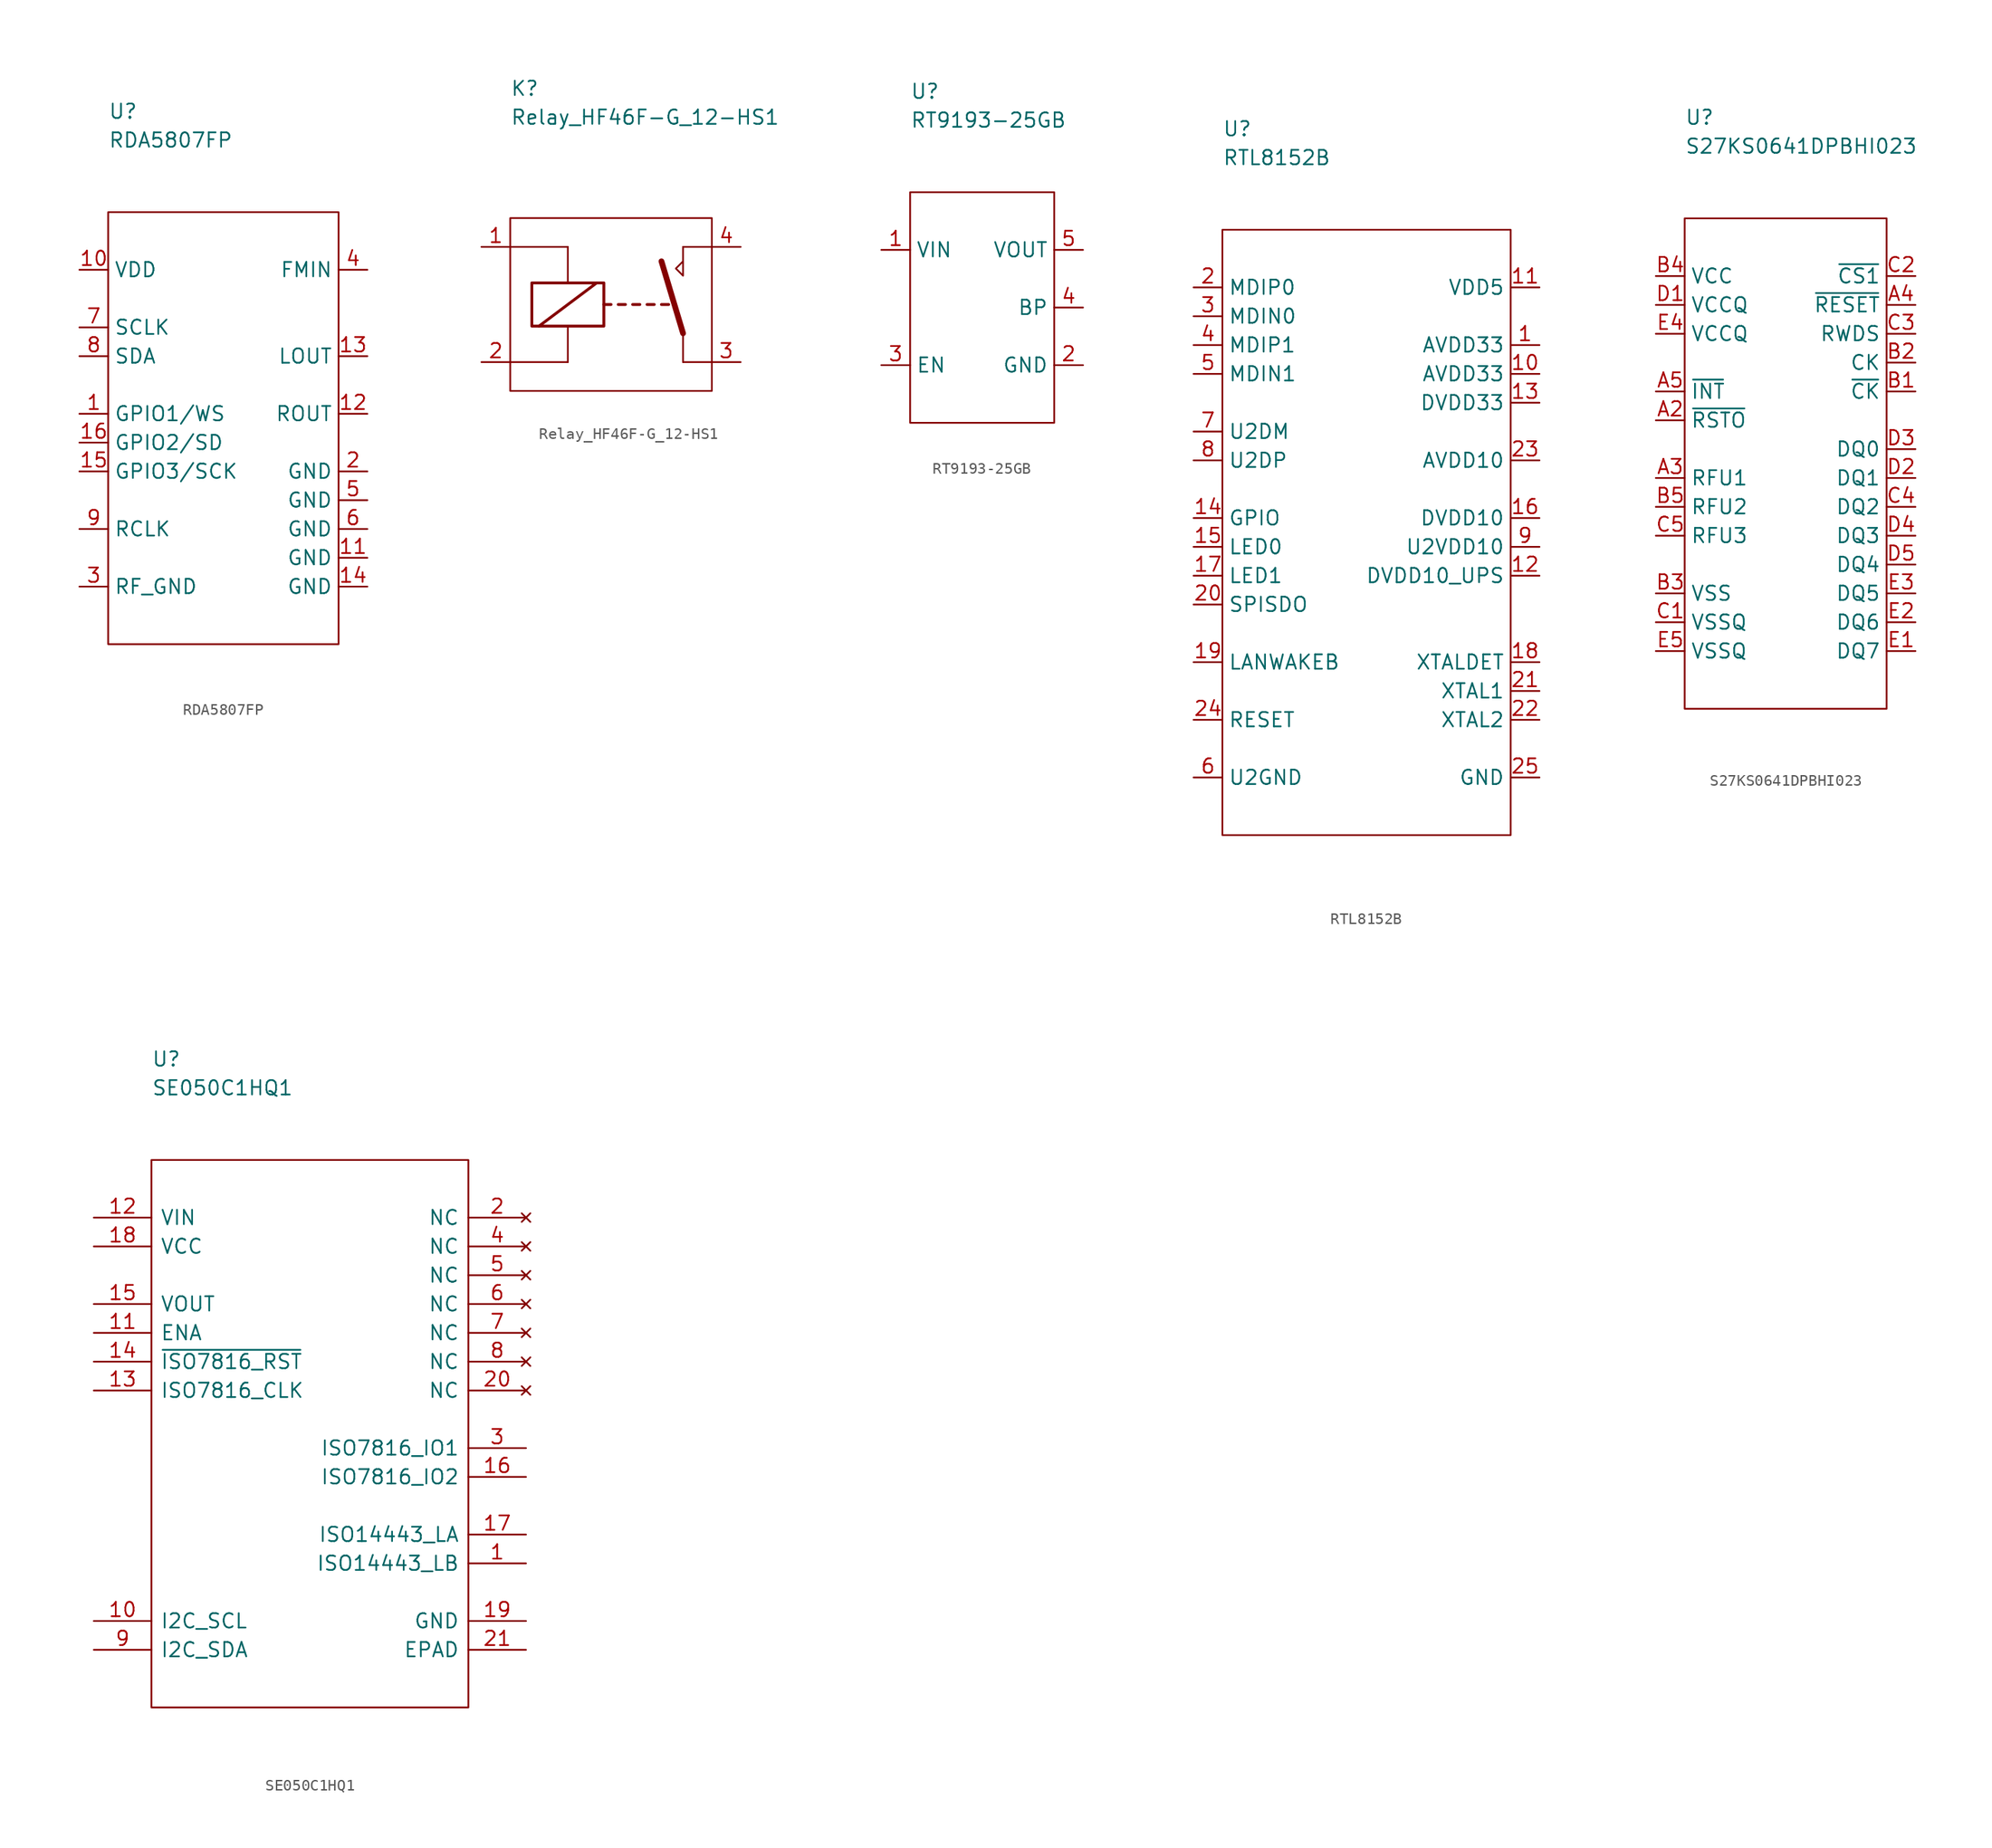
<source format=kicad_sym>
(kicad_symbol_lib
  (version 20211014)
  (generator kicad_symbol_editor)
  (symbol "RDA5807FP"
    (property "Reference" "U"
      (at 0 8.89 0)
      (effects (font (size 1.27 1.27)) (justify left)))
    (property "Value" "RDA5807FP"
      (at 0 6.35 0)
      (effects (font (size 1.27 1.27)) (justify left)))
    (symbol "RDA5807FP_0_1"
      (rectangle (start 0 0) (end 20.32 -38.1) (stroke (width 0) (type default) (color 0 0 0 0)) (fill (type none))))
    (symbol "RDA5807FP_1_1"
      (pin passive line (at -2.54 -17.78 0) (length 2.54) (name "GPIO1/WS" (effects (font (size 1.27 1.27)))) (number "1" (effects (font (size 1.27 1.27)))))
      (pin passive line (at -2.54 -5.08 0) (length 2.54) (name "VDD" (effects (font (size 1.27 1.27)))) (number "10" (effects (font (size 1.27 1.27)))))
      (pin passive line (at 22.86 -30.48 180) (length 2.54) (name "GND" (effects (font (size 1.27 1.27)))) (number "11" (effects (font (size 1.27 1.27)))))
      (pin passive line (at 22.86 -17.78 180) (length 2.54) (name "ROUT" (effects (font (size 1.27 1.27)))) (number "12" (effects (font (size 1.27 1.27)))))
      (pin passive line (at 22.86 -12.7 180) (length 2.54) (name "LOUT" (effects (font (size 1.27 1.27)))) (number "13" (effects (font (size 1.27 1.27)))))
      (pin passive line (at 22.86 -33.02 180) (length 2.54) (name "GND" (effects (font (size 1.27 1.27)))) (number "14" (effects (font (size 1.27 1.27)))))
      (pin passive line (at -2.54 -22.86 0) (length 2.54) (name "GPIO3/SCK" (effects (font (size 1.27 1.27)))) (number "15" (effects (font (size 1.27 1.27)))))
      (pin passive line (at -2.54 -20.32 0) (length 2.54) (name "GPIO2/SD" (effects (font (size 1.27 1.27)))) (number "16" (effects (font (size 1.27 1.27)))))
      (pin passive line (at 22.86 -22.86 180) (length 2.54) (name "GND" (effects (font (size 1.27 1.27)))) (number "2" (effects (font (size 1.27 1.27)))))
      (pin passive line (at -2.54 -33.02 0) (length 2.54) (name "RF_GND" (effects (font (size 1.27 1.27)))) (number "3" (effects (font (size 1.27 1.27)))))
      (pin passive line (at 22.86 -5.08 180) (length 2.54) (name "FMIN" (effects (font (size 1.27 1.27)))) (number "4" (effects (font (size 1.27 1.27)))))
      (pin passive line (at 22.86 -25.4 180) (length 2.54) (name "GND" (effects (font (size 1.27 1.27)))) (number "5" (effects (font (size 1.27 1.27)))))
      (pin passive line (at 22.86 -27.94 180) (length 2.54) (name "GND" (effects (font (size 1.27 1.27)))) (number "6" (effects (font (size 1.27 1.27)))))
      (pin passive line (at -2.54 -10.16 0) (length 2.54) (name "SCLK" (effects (font (size 1.27 1.27)))) (number "7" (effects (font (size 1.27 1.27)))))
      (pin passive line (at -2.54 -12.7 0) (length 2.54) (name "SDA" (effects (font (size 1.27 1.27)))) (number "8" (effects (font (size 1.27 1.27)))))
      (pin passive line (at -2.54 -27.94 0) (length 2.54) (name "RCLK" (effects (font (size 1.27 1.27)))) (number "9" (effects (font (size 1.27 1.27)))))))
  (symbol "Relay_HF46F-G_12-HS1"
    (property "Reference" "K"
      (at -15.24 19.05 0)
      (effects (font (size 1.27 1.27)) (justify left)))
    (property "Value" "Relay_HF46F-G_12-HS1"
      (at -15.24 16.51 0)
      (effects (font (size 1.27 1.27)) (justify left)))
    (symbol "Relay_HF46F-G_12-HS1_0_1"
      (rectangle (start -15.24 7.62) (end 2.54 -7.62) (stroke (width 0.152) (type default) (color 0 0 0 0)) (fill (type none)))
      (rectangle (start -13.335 1.905) (end -6.985 -1.905) (stroke (width 0.254) (type default) (color 0 0 0 0)) (fill (type none)))
      (polyline (pts (xy -15.24 -5.08) (xy -10.16 -5.08)) (stroke (width 0.152) (type default) (color 0 0 0 0)) (fill (type none)))
      (polyline (pts (xy -15.24 5.08) (xy -10.16 5.08)) (stroke (width 0.152) (type default) (color 0 0 0 0)) (fill (type none)))
      (polyline (pts (xy -12.7 -1.905) (xy -7.62 1.905)) (stroke (width 0.254) (type default) (color 0 0 0 0)) (fill (type none)))
      (polyline (pts (xy -10.16 -5.08) (xy -10.16 -1.905)) (stroke (width 0) (type default) (color 0 0 0 0)) (fill (type none)))
      (polyline (pts (xy -10.16 5.08) (xy -10.16 1.905)) (stroke (width 0) (type default) (color 0 0 0 0)) (fill (type none)))
      (polyline (pts (xy -6.985 0) (xy -6.35 0)) (stroke (width 0.254) (type default) (color 0 0 0 0)) (fill (type none)))
      (polyline (pts (xy -5.715 0) (xy -5.08 0)) (stroke (width 0.254) (type default) (color 0 0 0 0)) (fill (type none)))
      (polyline (pts (xy -4.445 0) (xy -3.81 0)) (stroke (width 0.254) (type default) (color 0 0 0 0)) (fill (type none)))
      (polyline (pts (xy -3.175 0) (xy -2.54 0)) (stroke (width 0.254) (type default) (color 0 0 0 0)) (fill (type none)))
      (polyline (pts (xy -1.905 0) (xy -1.27 0)) (stroke (width 0.254) (type default) (color 0 0 0 0)) (fill (type none)))
      (polyline (pts (xy 0 -5.08) (xy 2.54 -5.08)) (stroke (width 0.152) (type default) (color 0 0 0 0)) (fill (type none)))
      (polyline (pts (xy 0 -2.54) (xy -1.905 3.81)) (stroke (width 0.508) (type default) (color 0 0 0 0)) (fill (type none)))
      (polyline (pts (xy 0 -2.54) (xy 0 -5.08)) (stroke (width 0) (type default) (color 0 0 0 0)) (fill (type none)))
      (polyline (pts (xy 0 5.08) (xy 2.54 5.08)) (stroke (width 0.152) (type default) (color 0 0 0 0)) (fill (type none)))
      (polyline (pts (xy 0 5.08) (xy 0 2.54) (xy -0.635 3.175) (xy 0 3.81)) (stroke (width 0) (type default) (color 0 0 0 0)) (fill (type none))))
    (symbol "Relay_HF46F-G_12-HS1_1_1"
      (pin passive line (at -17.78 5.08 0) (length 2.54) (name "~" (effects (font (size 1.27 1.27)))) (number "1" (effects (font (size 1.27 1.27)))))
      (pin passive line (at -17.78 -5.08 0) (length 2.54) (name "~" (effects (font (size 1.27 1.27)))) (number "2" (effects (font (size 1.27 1.27)))))
      (pin passive line (at 5.08 -5.08 180) (length 2.54) (name "~" (effects (font (size 1.27 1.27)))) (number "3" (effects (font (size 1.27 1.27)))))
      (pin passive line (at 5.08 5.08 180) (length 2.54) (name "~" (effects (font (size 1.27 1.27)))) (number "4" (effects (font (size 1.27 1.27)))))))
  (symbol "RT9193-25GB"
    (property "Reference" "U"
      (at 0 8.89 0)
      (effects (font (size 1.27 1.27)) (justify left)))
    (property "Value" "RT9193-25GB"
      (at 0 6.35 0)
      (effects (font (size 1.27 1.27)) (justify left)))
    (symbol "RT9193-25GB_0_1"
      (rectangle (start 0 0) (end 12.7 -20.32) (stroke (width 0.152) (type default) (color 0 0 0 0)) (fill (type none))))
    (symbol "RT9193-25GB_1_1"
      (pin passive line (at -2.54 -5.08 0) (length 2.54) (name "VIN" (effects (font (size 1.27 1.27)))) (number "1" (effects (font (size 1.27 1.27)))))
      (pin passive line (at 15.24 -15.24 180) (length 2.54) (name "GND" (effects (font (size 1.27 1.27)))) (number "2" (effects (font (size 1.27 1.27)))))
      (pin passive line (at -2.54 -15.24 0) (length 2.54) (name "EN" (effects (font (size 1.27 1.27)))) (number "3" (effects (font (size 1.27 1.27)))))
      (pin passive line (at 15.24 -10.16 180) (length 2.54) (name "BP" (effects (font (size 1.27 1.27)))) (number "4" (effects (font (size 1.27 1.27)))))
      (pin passive line (at 15.24 -5.08 180) (length 2.54) (name "VOUT" (effects (font (size 1.27 1.27)))) (number "5" (effects (font (size 1.27 1.27)))))))
  (symbol "RTL8152B"
    (property "Reference" "U"
      (at 0 8.89 0)
      (effects (font (size 1.27 1.27)) (justify left)))
    (property "Value" "RTL8152B"
      (at 0 6.35 0)
      (effects (font (size 1.27 1.27)) (justify left)))
    (symbol "RTL8152B_0_1"
      (rectangle (start 0 0) (end 25.4 -53.34) (stroke (width 0.152) (type default) (color 0 0 0 0)) (fill (type none))))
    (symbol "RTL8152B_1_1"
      (pin passive line (at 27.94 -10.16 180) (length 2.54) (name "AVDD33" (effects (font (size 1.27 1.27)))) (number "1" (effects (font (size 1.27 1.27)))))
      (pin passive line (at 27.94 -12.7 180) (length 2.54) (name "AVDD33" (effects (font (size 1.27 1.27)))) (number "10" (effects (font (size 1.27 1.27)))))
      (pin passive line (at 27.94 -5.08 180) (length 2.54) (name "VDD5" (effects (font (size 1.27 1.27)))) (number "11" (effects (font (size 1.27 1.27)))))
      (pin passive line (at 27.94 -30.48 180) (length 2.54) (name "DVDD10_UPS" (effects (font (size 1.27 1.27)))) (number "12" (effects (font (size 1.27 1.27)))))
      (pin passive line (at 27.94 -15.24 180) (length 2.54) (name "DVDD33" (effects (font (size 1.27 1.27)))) (number "13" (effects (font (size 1.27 1.27)))))
      (pin passive line (at -2.54 -25.4 0) (length 2.54) (name "GPIO" (effects (font (size 1.27 1.27)))) (number "14" (effects (font (size 1.27 1.27)))))
      (pin passive line (at -2.54 -27.94 0) (length 2.54) (name "LED0" (effects (font (size 1.27 1.27)))) (number "15" (effects (font (size 1.27 1.27)))))
      (pin passive line (at 27.94 -25.4 180) (length 2.54) (name "DVDD10" (effects (font (size 1.27 1.27)))) (number "16" (effects (font (size 1.27 1.27)))))
      (pin passive line (at -2.54 -30.48 0) (length 2.54) (name "LED1" (effects (font (size 1.27 1.27)))) (number "17" (effects (font (size 1.27 1.27)))))
      (pin passive line (at 27.94 -38.1 180) (length 2.54) (name "XTALDET" (effects (font (size 1.27 1.27)))) (number "18" (effects (font (size 1.27 1.27)))))
      (pin passive line (at -2.54 -38.1 0) (length 2.54) (name "LANWAKEB" (effects (font (size 1.27 1.27)))) (number "19" (effects (font (size 1.27 1.27)))))
      (pin passive line (at -2.54 -5.08 0) (length 2.54) (name "MDIP0" (effects (font (size 1.27 1.27)))) (number "2" (effects (font (size 1.27 1.27)))))
      (pin passive line (at -2.54 -33.02 0) (length 2.54) (name "SPISDO" (effects (font (size 1.27 1.27)))) (number "20" (effects (font (size 1.27 1.27)))))
      (pin passive line (at 27.94 -40.64 180) (length 2.54) (name "XTAL1" (effects (font (size 1.27 1.27)))) (number "21" (effects (font (size 1.27 1.27)))))
      (pin passive line (at 27.94 -43.18 180) (length 2.54) (name "XTAL2" (effects (font (size 1.27 1.27)))) (number "22" (effects (font (size 1.27 1.27)))))
      (pin passive line (at 27.94 -20.32 180) (length 2.54) (name "AVDD10" (effects (font (size 1.27 1.27)))) (number "23" (effects (font (size 1.27 1.27)))))
      (pin passive line (at -2.54 -43.18 0) (length 2.54) (name "RESET" (effects (font (size 1.27 1.27)))) (number "24" (effects (font (size 1.27 1.27)))))
      (pin passive line (at 27.94 -48.26 180) (length 2.54) (name "GND" (effects (font (size 1.27 1.27)))) (number "25" (effects (font (size 1.27 1.27)))))
      (pin passive line (at -2.54 -7.62 0) (length 2.54) (name "MDIN0" (effects (font (size 1.27 1.27)))) (number "3" (effects (font (size 1.27 1.27)))))
      (pin passive line (at -2.54 -10.16 0) (length 2.54) (name "MDIP1" (effects (font (size 1.27 1.27)))) (number "4" (effects (font (size 1.27 1.27)))))
      (pin passive line (at -2.54 -12.7 0) (length 2.54) (name "MDIN1" (effects (font (size 1.27 1.27)))) (number "5" (effects (font (size 1.27 1.27)))))
      (pin passive line (at -2.54 -48.26 0) (length 2.54) (name "U2GND" (effects (font (size 1.27 1.27)))) (number "6" (effects (font (size 1.27 1.27)))))
      (pin passive line (at -2.54 -17.78 0) (length 2.54) (name "U2DM" (effects (font (size 1.27 1.27)))) (number "7" (effects (font (size 1.27 1.27)))))
      (pin passive line (at -2.54 -20.32 0) (length 2.54) (name "U2DP" (effects (font (size 1.27 1.27)))) (number "8" (effects (font (size 1.27 1.27)))))
      (pin passive line (at 27.94 -27.94 180) (length 2.54) (name "U2VDD10" (effects (font (size 1.27 1.27)))) (number "9" (effects (font (size 1.27 1.27)))))))
  (symbol "S27KS0641DPBHI023"
    (property "Reference" "U"
      (at 0 8.89 0)
      (effects (font (size 1.27 1.27)) (justify left)))
    (property "Value" "S27KS0641DPBHI023"
      (at 0 6.35 0)
      (effects (font (size 1.27 1.27)) (justify left)))
    (symbol "S27KS0641DPBHI023_0_1"
      (rectangle (start 0 0) (end 17.78 -43.18) (stroke (width 0.152) (type default) (color 0 0 0 0)) (fill (type none))))
    (symbol "S27KS0641DPBHI023_1_1"
      (pin passive line (at -2.54 -17.78 0) (length 2.54) (name "~{RSTO}" (effects (font (size 1.27 1.27)))) (number "A2" (effects (font (size 1.27 1.27)))))
      (pin passive line (at -2.54 -22.86 0) (length 2.54) (name "RFU1" (effects (font (size 1.27 1.27)))) (number "A3" (effects (font (size 1.27 1.27)))))
      (pin passive line (at 20.32 -7.62 180) (length 2.54) (name "~{RESET}" (effects (font (size 1.27 1.27)))) (number "A4" (effects (font (size 1.27 1.27)))))
      (pin passive line (at -2.54 -15.24 0) (length 2.54) (name "~{INT}" (effects (font (size 1.27 1.27)))) (number "A5" (effects (font (size 1.27 1.27)))))
      (pin passive line (at 20.32 -15.24 180) (length 2.54) (name "~{CK}" (effects (font (size 1.27 1.27)))) (number "B1" (effects (font (size 1.27 1.27)))))
      (pin passive line (at 20.32 -12.7 180) (length 2.54) (name "CK" (effects (font (size 1.27 1.27)))) (number "B2" (effects (font (size 1.27 1.27)))))
      (pin passive line (at -2.54 -33.02 0) (length 2.54) (name "VSS" (effects (font (size 1.27 1.27)))) (number "B3" (effects (font (size 1.27 1.27)))))
      (pin passive line (at -2.54 -5.08 0) (length 2.54) (name "VCC" (effects (font (size 1.27 1.27)))) (number "B4" (effects (font (size 1.27 1.27)))))
      (pin passive line (at -2.54 -25.4 0) (length 2.54) (name "RFU2" (effects (font (size 1.27 1.27)))) (number "B5" (effects (font (size 1.27 1.27)))))
      (pin passive line (at -2.54 -35.56 0) (length 2.54) (name "VSSQ" (effects (font (size 1.27 1.27)))) (number "C1" (effects (font (size 1.27 1.27)))))
      (pin passive line (at 20.32 -5.08 180) (length 2.54) (name "~{CS1}" (effects (font (size 1.27 1.27)))) (number "C2" (effects (font (size 1.27 1.27)))))
      (pin passive line (at 20.32 -10.16 180) (length 2.54) (name "RWDS" (effects (font (size 1.27 1.27)))) (number "C3" (effects (font (size 1.27 1.27)))))
      (pin passive line (at 20.32 -25.4 180) (length 2.54) (name "DQ2" (effects (font (size 1.27 1.27)))) (number "C4" (effects (font (size 1.27 1.27)))))
      (pin passive line (at -2.54 -27.94 0) (length 2.54) (name "RFU3" (effects (font (size 1.27 1.27)))) (number "C5" (effects (font (size 1.27 1.27)))))
      (pin passive line (at -2.54 -7.62 0) (length 2.54) (name "VCCQ" (effects (font (size 1.27 1.27)))) (number "D1" (effects (font (size 1.27 1.27)))))
      (pin passive line (at 20.32 -22.86 180) (length 2.54) (name "DQ1" (effects (font (size 1.27 1.27)))) (number "D2" (effects (font (size 1.27 1.27)))))
      (pin passive line (at 20.32 -20.32 180) (length 2.54) (name "DQ0" (effects (font (size 1.27 1.27)))) (number "D3" (effects (font (size 1.27 1.27)))))
      (pin passive line (at 20.32 -27.94 180) (length 2.54) (name "DQ3" (effects (font (size 1.27 1.27)))) (number "D4" (effects (font (size 1.27 1.27)))))
      (pin passive line (at 20.32 -30.48 180) (length 2.54) (name "DQ4" (effects (font (size 1.27 1.27)))) (number "D5" (effects (font (size 1.27 1.27)))))
      (pin passive line (at 20.32 -38.1 180) (length 2.54) (name "DQ7" (effects (font (size 1.27 1.27)))) (number "E1" (effects (font (size 1.27 1.27)))))
      (pin passive line (at 20.32 -35.56 180) (length 2.54) (name "DQ6" (effects (font (size 1.27 1.27)))) (number "E2" (effects (font (size 1.27 1.27)))))
      (pin passive line (at 20.32 -33.02 180) (length 2.54) (name "DQ5" (effects (font (size 1.27 1.27)))) (number "E3" (effects (font (size 1.27 1.27)))))
      (pin passive line (at -2.54 -10.16 0) (length 2.54) (name "VCCQ" (effects (font (size 1.27 1.27)))) (number "E4" (effects (font (size 1.27 1.27)))))
      (pin passive line (at -2.54 -38.1 0) (length 2.54) (name "VSSQ" (effects (font (size 1.27 1.27)))) (number "E5" (effects (font (size 1.27 1.27)))))))
  (symbol "SE050C1HQ1"
    (pin_names
      (offset 0.762))
    (property "Reference" "U"
      (at 0 8.89 0)
      (effects (font (size 1.27 1.27)) (justify left)))
    (property "Value" "SE050C1HQ1"
      (at 0 6.35 0)
      (effects (font (size 1.27 1.27)) (justify left)))
    (symbol "SE050C1HQ1_0_0"
      (pin bidirectional line (at 33.02 -35.56 180) (length 5.08) (name "ISO14443_LB" (effects (font (size 1.27 1.27)))) (number "1" (effects (font (size 1.27 1.27)))))
      (pin input line (at -5.08 -40.64 0) (length 5.08) (name "I2C_SCL" (effects (font (size 1.27 1.27)))) (number "10" (effects (font (size 1.27 1.27)))))
      (pin input line (at -5.08 -15.24 0) (length 5.08) (name "ENA" (effects (font (size 1.27 1.27)))) (number "11" (effects (font (size 1.27 1.27)))))
      (pin power_in line (at -5.08 -5.08 0) (length 5.08) (name "VIN" (effects (font (size 1.27 1.27)))) (number "12" (effects (font (size 1.27 1.27)))))
      (pin input line (at -5.08 -20.32 0) (length 5.08) (name "ISO7816_CLK" (effects (font (size 1.27 1.27)))) (number "13" (effects (font (size 1.27 1.27)))))
      (pin input line (at -5.08 -17.78 0) (length 5.08) (name "~{ISO7816_RST}" (effects (font (size 1.27 1.27)))) (number "14" (effects (font (size 1.27 1.27)))))
      (pin power_out line (at -5.08 -12.7 0) (length 5.08) (name "VOUT" (effects (font (size 1.27 1.27)))) (number "15" (effects (font (size 1.27 1.27)))))
      (pin bidirectional line (at 33.02 -27.94 180) (length 5.08) (name "ISO7816_IO2" (effects (font (size 1.27 1.27)))) (number "16" (effects (font (size 1.27 1.27)))))
      (pin bidirectional line (at 33.02 -33.02 180) (length 5.08) (name "ISO14443_LA" (effects (font (size 1.27 1.27)))) (number "17" (effects (font (size 1.27 1.27)))))
      (pin power_in line (at -5.08 -7.62 0) (length 5.08) (name "VCC" (effects (font (size 1.27 1.27)))) (number "18" (effects (font (size 1.27 1.27)))))
      (pin power_in line (at 33.02 -40.64 180) (length 5.08) (name "GND" (effects (font (size 1.27 1.27)))) (number "19" (effects (font (size 1.27 1.27)))))
      (pin no_connect line (at 33.02 -5.08 180) (length 5.08) (name "NC" (effects (font (size 1.27 1.27)))) (number "2" (effects (font (size 1.27 1.27)))))
      (pin no_connect line (at 33.02 -20.32 180) (length 5.08) (name "NC" (effects (font (size 1.27 1.27)))) (number "20" (effects (font (size 1.27 1.27)))))
      (pin power_in line (at 33.02 -43.18 180) (length 5.08) (name "EPAD" (effects (font (size 1.27 1.27)))) (number "21" (effects (font (size 1.27 1.27)))))
      (pin bidirectional line (at 33.02 -25.4 180) (length 5.08) (name "ISO7816_IO1" (effects (font (size 1.27 1.27)))) (number "3" (effects (font (size 1.27 1.27)))))
      (pin no_connect line (at 33.02 -7.62 180) (length 5.08) (name "NC" (effects (font (size 1.27 1.27)))) (number "4" (effects (font (size 1.27 1.27)))))
      (pin no_connect line (at 33.02 -10.16 180) (length 5.08) (name "NC" (effects (font (size 1.27 1.27)))) (number "5" (effects (font (size 1.27 1.27)))))
      (pin no_connect line (at 33.02 -12.7 180) (length 5.08) (name "NC" (effects (font (size 1.27 1.27)))) (number "6" (effects (font (size 1.27 1.27)))))
      (pin no_connect line (at 33.02 -15.24 180) (length 5.08) (name "NC" (effects (font (size 1.27 1.27)))) (number "7" (effects (font (size 1.27 1.27)))))
      (pin no_connect line (at 33.02 -17.78 180) (length 5.08) (name "NC" (effects (font (size 1.27 1.27)))) (number "8" (effects (font (size 1.27 1.27)))))
      (pin bidirectional line (at -5.08 -43.18 0) (length 5.08) (name "I2C_SDA" (effects (font (size 1.27 1.27)))) (number "9" (effects (font (size 1.27 1.27))))))
    (symbol "SE050C1HQ1_0_1"
      (polyline (pts (xy 0 0) (xy 27.94 0) (xy 27.94 -48.26) (xy 0 -48.26) (xy 0 0)) (stroke (width 0.152) (type default) (color 0 0 0 0)) (fill (type none))))))
</source>
